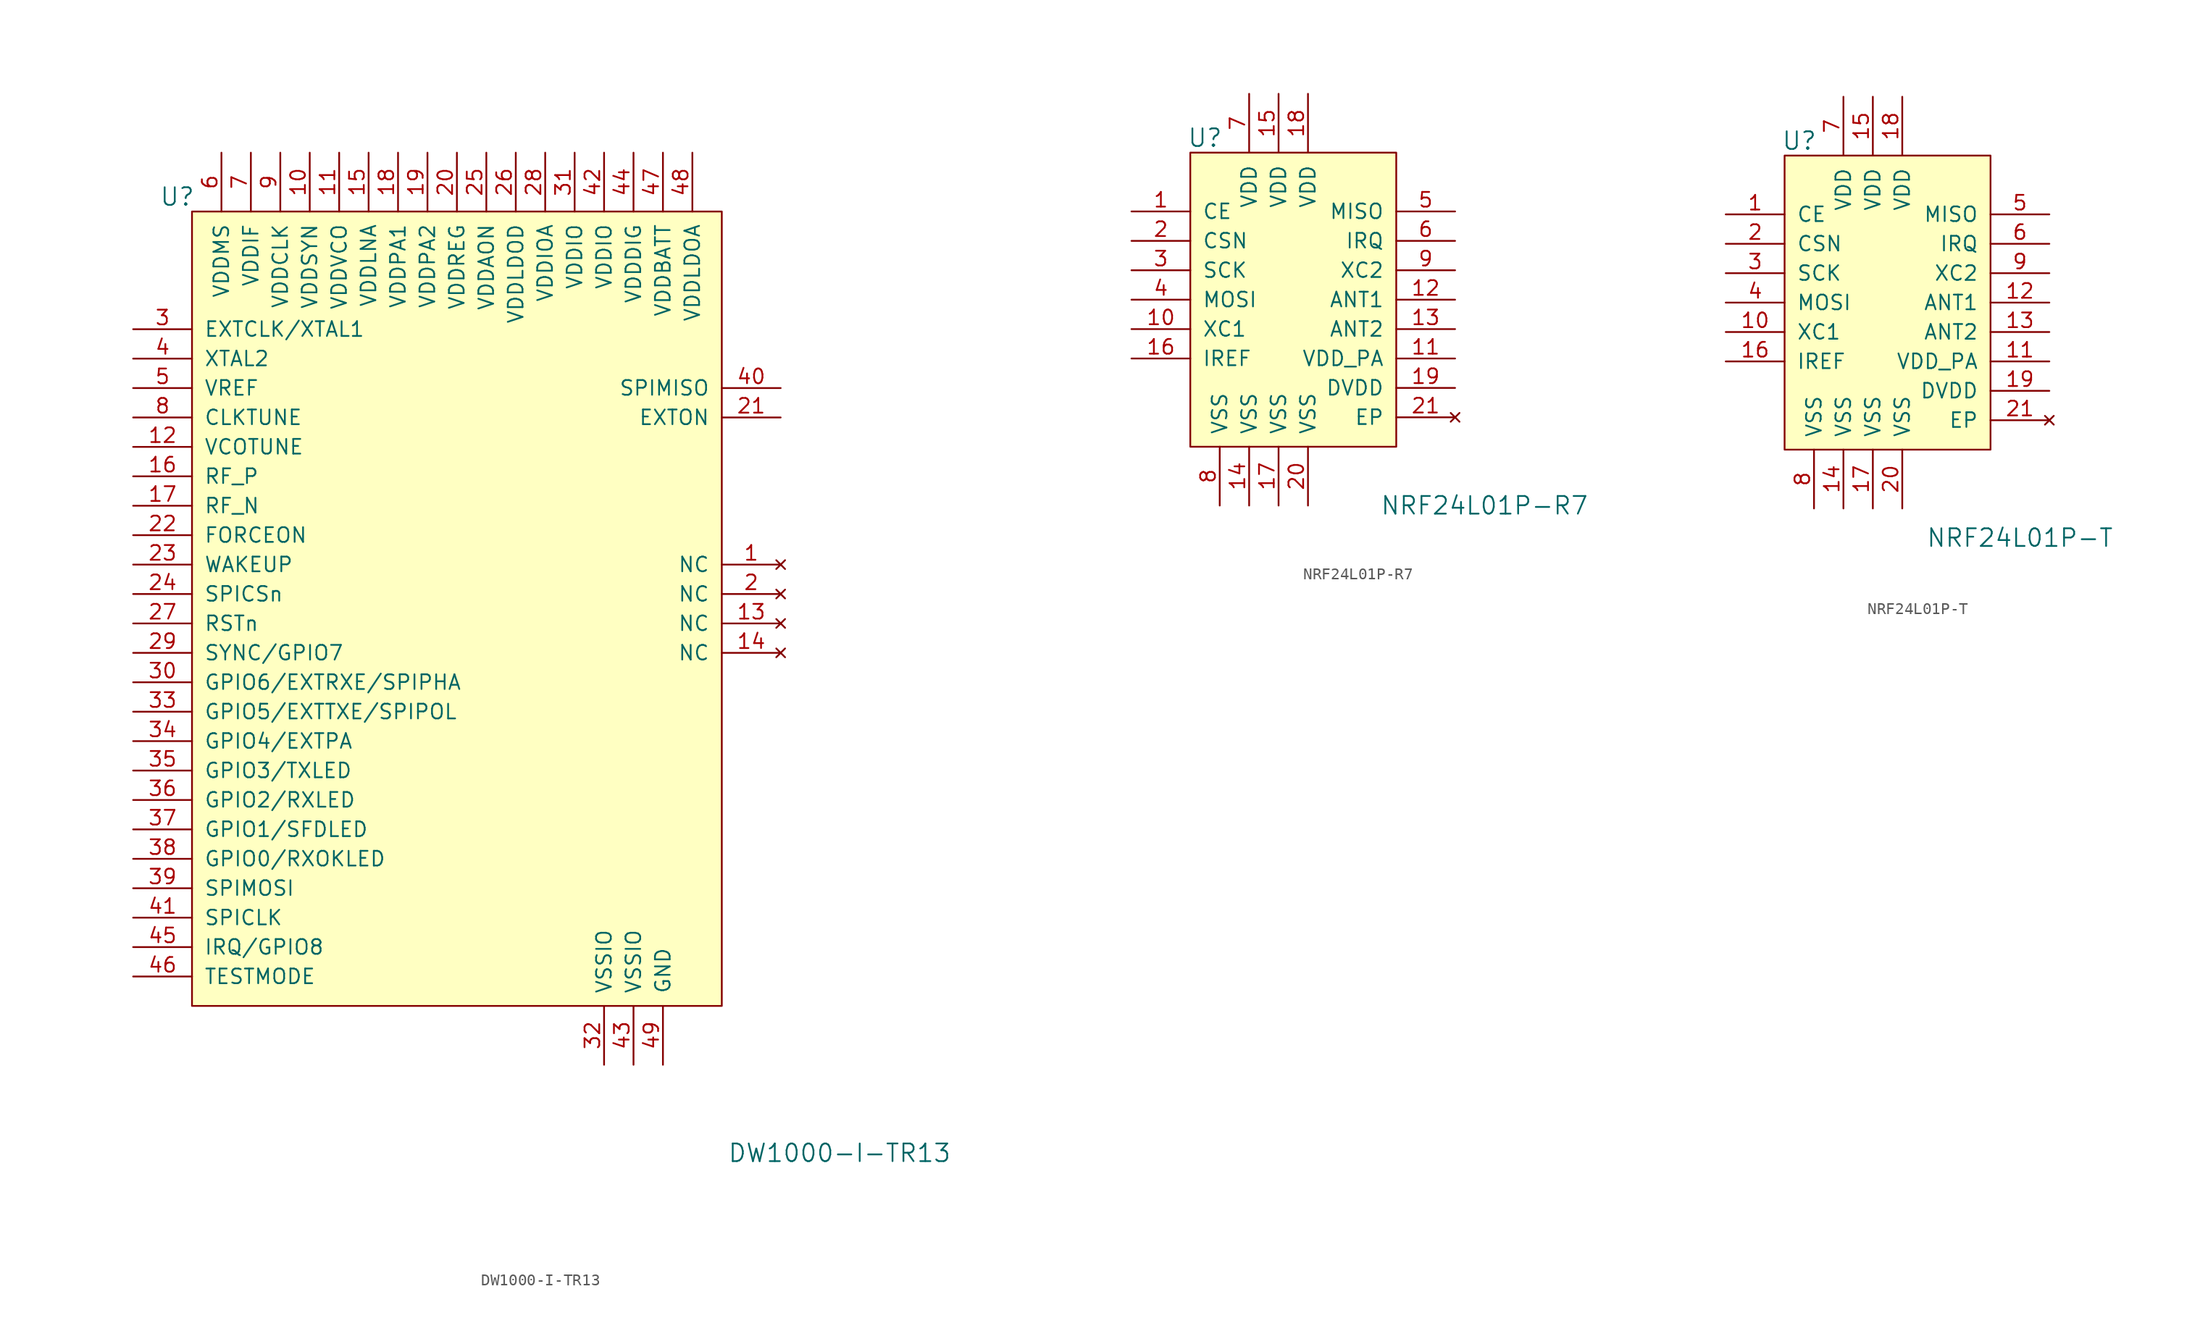
<source format=kicad_sym>
(kicad_symbol_lib
  (version 20201005)
  (generator kicad_symbol_editor)
  (symbol "DW1000-I-TR13"
    (pin_names
      (offset 1.016))
    (property "Reference" "U"
      (at -24.13 36.83 0)
      (effects (font (size 1.524 1.524))))
    (property "Value" "DW1000-I-TR13"
      (at 33.02 -45.72 0)
      (effects (font (size 1.524 1.524))))
    (symbol "DW1000-I-TR13_0_1"
      (rectangle (start -22.86 35.56) (end 22.86 -33.02) (stroke (width 0)) (fill (type background))))
    (symbol "DW1000-I-TR13_1_1"
      (pin no_connect line (at 27.94 5.08 180) (length 5.08) (name "NC" (effects (font (size 1.27 1.27)))) (number "1" (effects (font (size 1.27 1.27)))))
      (pin no_connect line (at 27.94 2.54 180) (length 5.08) (name "NC" (effects (font (size 1.27 1.27)))) (number "2" (effects (font (size 1.27 1.27)))))
      (pin input line (at -27.94 25.4 0) (length 5.08) (name "EXTCLK/XTAL1" (effects (font (size 1.27 1.27)))) (number "3" (effects (font (size 1.27 1.27)))))
      (pin input line (at -27.94 22.86 0) (length 5.08) (name "XTAL2" (effects (font (size 1.27 1.27)))) (number "4" (effects (font (size 1.27 1.27)))))
      (pin bidirectional line (at -27.94 20.32 0) (length 5.08) (name "VREF" (effects (font (size 1.27 1.27)))) (number "5" (effects (font (size 1.27 1.27)))))
      (pin power_in line (at -20.32 40.64 270) (length 5.08) (name "VDDMS" (effects (font (size 1.27 1.27)))) (number "6" (effects (font (size 1.27 1.27)))))
      (pin power_in line (at -17.78 40.64 270) (length 5.08) (name "VDDIF" (effects (font (size 1.27 1.27)))) (number "7" (effects (font (size 1.27 1.27)))))
      (pin bidirectional line (at -27.94 17.78 0) (length 5.08) (name "CLKTUNE" (effects (font (size 1.27 1.27)))) (number "8" (effects (font (size 1.27 1.27)))))
      (pin power_in line (at -15.24 40.64 270) (length 5.08) (name "VDDCLK" (effects (font (size 1.27 1.27)))) (number "9" (effects (font (size 1.27 1.27)))))
      (pin power_in line (at -12.7 40.64 270) (length 5.08) (name "VDDSYN" (effects (font (size 1.27 1.27)))) (number "10" (effects (font (size 1.27 1.27)))))
      (pin power_in line (at 0 40.64 270) (length 5.08) (name "VDDREG" (effects (font (size 1.27 1.27)))) (number "20" (effects (font (size 1.27 1.27)))))
      (pin bidirectional line (at -27.94 -5.08 0) (length 5.08) (name "GPIO6/EXTRXE/SPIPHA" (effects (font (size 1.27 1.27)))) (number "30" (effects (font (size 1.27 1.27)))))
      (pin output line (at 27.94 20.32 180) (length 5.08) (name "SPIMISO" (effects (font (size 1.27 1.27)))) (number "40" (effects (font (size 1.27 1.27)))))
      (pin power_in line (at -10.16 40.64 270) (length 5.08) (name "VDDVCO" (effects (font (size 1.27 1.27)))) (number "11" (effects (font (size 1.27 1.27)))))
      (pin output line (at 27.94 17.78 180) (length 5.08) (name "EXTON" (effects (font (size 1.27 1.27)))) (number "21" (effects (font (size 1.27 1.27)))))
      (pin power_in line (at 10.16 40.64 270) (length 5.08) (name "VDDIO" (effects (font (size 1.27 1.27)))) (number "31" (effects (font (size 1.27 1.27)))))
      (pin input line (at -27.94 -25.4 0) (length 5.08) (name "SPICLK" (effects (font (size 1.27 1.27)))) (number "41" (effects (font (size 1.27 1.27)))))
      (pin bidirectional line (at -27.94 15.24 0) (length 5.08) (name "VCOTUNE" (effects (font (size 1.27 1.27)))) (number "12" (effects (font (size 1.27 1.27)))))
      (pin input line (at -27.94 7.62 0) (length 5.08) (name "FORCEON" (effects (font (size 1.27 1.27)))) (number "22" (effects (font (size 1.27 1.27)))))
      (pin power_in line (at 12.7 -38.1 90) (length 5.08) (name "VSSIO" (effects (font (size 1.27 1.27)))) (number "32" (effects (font (size 1.27 1.27)))))
      (pin power_in line (at 12.7 40.64 270) (length 5.08) (name "VDDIO" (effects (font (size 1.27 1.27)))) (number "42" (effects (font (size 1.27 1.27)))))
      (pin no_connect line (at 27.94 0 180) (length 5.08) (name "NC" (effects (font (size 1.27 1.27)))) (number "13" (effects (font (size 1.27 1.27)))))
      (pin input line (at -27.94 5.08 0) (length 5.08) (name "WAKEUP" (effects (font (size 1.27 1.27)))) (number "23" (effects (font (size 1.27 1.27)))))
      (pin bidirectional line (at -27.94 -7.62 0) (length 5.08) (name "GPIO5/EXTTXE/SPIPOL" (effects (font (size 1.27 1.27)))) (number "33" (effects (font (size 1.27 1.27)))))
      (pin power_in line (at 15.24 -38.1 90) (length 5.08) (name "VSSIO" (effects (font (size 1.27 1.27)))) (number "43" (effects (font (size 1.27 1.27)))))
      (pin no_connect line (at 27.94 -2.54 180) (length 5.08) (name "NC" (effects (font (size 1.27 1.27)))) (number "14" (effects (font (size 1.27 1.27)))))
      (pin input line (at -27.94 2.54 0) (length 5.08) (name "SPICSn" (effects (font (size 1.27 1.27)))) (number "24" (effects (font (size 1.27 1.27)))))
      (pin bidirectional line (at -27.94 -10.16 0) (length 5.08) (name "GPIO4/EXTPA" (effects (font (size 1.27 1.27)))) (number "34" (effects (font (size 1.27 1.27)))))
      (pin power_in line (at 15.24 40.64 270) (length 5.08) (name "VDDDIG" (effects (font (size 1.27 1.27)))) (number "44" (effects (font (size 1.27 1.27)))))
      (pin power_in line (at -7.62 40.64 270) (length 5.08) (name "VDDLNA" (effects (font (size 1.27 1.27)))) (number "15" (effects (font (size 1.27 1.27)))))
      (pin power_in line (at 2.54 40.64 270) (length 5.08) (name "VDDAON" (effects (font (size 1.27 1.27)))) (number "25" (effects (font (size 1.27 1.27)))))
      (pin bidirectional line (at -27.94 -12.7 0) (length 5.08) (name "GPIO3/TXLED" (effects (font (size 1.27 1.27)))) (number "35" (effects (font (size 1.27 1.27)))))
      (pin bidirectional line (at -27.94 -27.94 0) (length 5.08) (name "IRQ/GPIO8" (effects (font (size 1.27 1.27)))) (number "45" (effects (font (size 1.27 1.27)))))
      (pin bidirectional line (at -27.94 12.7 0) (length 5.08) (name "RF_P" (effects (font (size 1.27 1.27)))) (number "16" (effects (font (size 1.27 1.27)))))
      (pin power_in line (at 5.08 40.64 270) (length 5.08) (name "VDDLDOD" (effects (font (size 1.27 1.27)))) (number "26" (effects (font (size 1.27 1.27)))))
      (pin bidirectional line (at -27.94 -15.24 0) (length 5.08) (name "GPIO2/RXLED" (effects (font (size 1.27 1.27)))) (number "36" (effects (font (size 1.27 1.27)))))
      (pin input line (at -27.94 -30.48 0) (length 5.08) (name "TESTMODE" (effects (font (size 1.27 1.27)))) (number "46" (effects (font (size 1.27 1.27)))))
      (pin bidirectional line (at -27.94 10.16 0) (length 5.08) (name "RF_N" (effects (font (size 1.27 1.27)))) (number "17" (effects (font (size 1.27 1.27)))))
      (pin bidirectional line (at -27.94 0 0) (length 5.08) (name "RSTn" (effects (font (size 1.27 1.27)))) (number "27" (effects (font (size 1.27 1.27)))))
      (pin bidirectional line (at -27.94 -17.78 0) (length 5.08) (name "GPIO1/SFDLED" (effects (font (size 1.27 1.27)))) (number "37" (effects (font (size 1.27 1.27)))))
      (pin power_in line (at 17.78 40.64 270) (length 5.08) (name "VDDBATT" (effects (font (size 1.27 1.27)))) (number "47" (effects (font (size 1.27 1.27)))))
      (pin power_in line (at -5.08 40.64 270) (length 5.08) (name "VDDPA1" (effects (font (size 1.27 1.27)))) (number "18" (effects (font (size 1.27 1.27)))))
      (pin power_in line (at 7.62 40.64 270) (length 5.08) (name "VDDIOA" (effects (font (size 1.27 1.27)))) (number "28" (effects (font (size 1.27 1.27)))))
      (pin bidirectional line (at -27.94 -20.32 0) (length 5.08) (name "GPIO0/RXOKLED" (effects (font (size 1.27 1.27)))) (number "38" (effects (font (size 1.27 1.27)))))
      (pin power_in line (at 20.32 40.64 270) (length 5.08) (name "VDDLDOA" (effects (font (size 1.27 1.27)))) (number "48" (effects (font (size 1.27 1.27)))))
      (pin power_in line (at -2.54 40.64 270) (length 5.08) (name "VDDPA2" (effects (font (size 1.27 1.27)))) (number "19" (effects (font (size 1.27 1.27)))))
      (pin bidirectional line (at -27.94 -2.54 0) (length 5.08) (name "SYNC/GPIO7" (effects (font (size 1.27 1.27)))) (number "29" (effects (font (size 1.27 1.27)))))
      (pin input line (at -27.94 -22.86 0) (length 5.08) (name "SPIMOSI" (effects (font (size 1.27 1.27)))) (number "39" (effects (font (size 1.27 1.27)))))
      (pin power_in line (at 17.78 -38.1 90) (length 5.08) (name "GND" (effects (font (size 1.27 1.27)))) (number "49" (effects (font (size 1.27 1.27)))))))
  (symbol "NRF24L01P-R7"
    (pin_names
      (offset 1.016))
    (property "Reference" "U"
      (at -8.89 11.43 0)
      (effects (font (size 1.524 1.524))))
    (property "Value" "NRF24L01P-R7"
      (at 15.24 -20.32 0)
      (effects (font (size 1.524 1.524))))
    (symbol "NRF24L01P-R7_0_1"
      (rectangle (start -10.16 10.16) (end 7.62 -15.24) (stroke (width 0)) (fill (type background))))
    (symbol "NRF24L01P-R7_1_1"
      (pin input line (at -15.24 5.08 0) (length 5.08) (name "CE" (effects (font (size 1.27 1.27)))) (number "1" (effects (font (size 1.27 1.27)))))
      (pin input line (at -15.24 2.54 0) (length 5.08) (name "CSN" (effects (font (size 1.27 1.27)))) (number "2" (effects (font (size 1.27 1.27)))))
      (pin input line (at -15.24 0 0) (length 5.08) (name "SCK" (effects (font (size 1.27 1.27)))) (number "3" (effects (font (size 1.27 1.27)))))
      (pin input line (at -15.24 -2.54 0) (length 5.08) (name "MOSI" (effects (font (size 1.27 1.27)))) (number "4" (effects (font (size 1.27 1.27)))))
      (pin output line (at 12.7 5.08 180) (length 5.08) (name "MISO" (effects (font (size 1.27 1.27)))) (number "5" (effects (font (size 1.27 1.27)))))
      (pin output line (at 12.7 2.54 180) (length 5.08) (name "IRQ" (effects (font (size 1.27 1.27)))) (number "6" (effects (font (size 1.27 1.27)))))
      (pin power_in line (at -5.08 15.24 270) (length 5.08) (name "VDD" (effects (font (size 1.27 1.27)))) (number "7" (effects (font (size 1.27 1.27)))))
      (pin power_in line (at -7.62 -20.32 90) (length 5.08) (name "VSS" (effects (font (size 1.27 1.27)))) (number "8" (effects (font (size 1.27 1.27)))))
      (pin output line (at 12.7 0 180) (length 5.08) (name "XC2" (effects (font (size 1.27 1.27)))) (number "9" (effects (font (size 1.27 1.27)))))
      (pin input line (at -15.24 -5.08 0) (length 5.08) (name "XC1" (effects (font (size 1.27 1.27)))) (number "10" (effects (font (size 1.27 1.27)))))
      (pin power_in line (at 0 -20.32 90) (length 5.08) (name "VSS" (effects (font (size 1.27 1.27)))) (number "20" (effects (font (size 1.27 1.27)))))
      (pin power_out line (at 12.7 -7.62 180) (length 5.08) (name "VDD_PA" (effects (font (size 1.27 1.27)))) (number "11" (effects (font (size 1.27 1.27)))))
      (pin no_connect line (at 12.7 -12.7 180) (length 5.08) (name "EP" (effects (font (size 1.27 1.27)))) (number "21" (effects (font (size 1.27 1.27)))))
      (pin output line (at 12.7 -2.54 180) (length 5.08) (name "ANT1" (effects (font (size 1.27 1.27)))) (number "12" (effects (font (size 1.27 1.27)))))
      (pin output line (at 12.7 -5.08 180) (length 5.08) (name "ANT2" (effects (font (size 1.27 1.27)))) (number "13" (effects (font (size 1.27 1.27)))))
      (pin power_in line (at -5.08 -20.32 90) (length 5.08) (name "VSS" (effects (font (size 1.27 1.27)))) (number "14" (effects (font (size 1.27 1.27)))))
      (pin power_in line (at -2.54 15.24 270) (length 5.08) (name "VDD" (effects (font (size 1.27 1.27)))) (number "15" (effects (font (size 1.27 1.27)))))
      (pin input line (at -15.24 -7.62 0) (length 5.08) (name "IREF" (effects (font (size 1.27 1.27)))) (number "16" (effects (font (size 1.27 1.27)))))
      (pin power_in line (at -2.54 -20.32 90) (length 5.08) (name "VSS" (effects (font (size 1.27 1.27)))) (number "17" (effects (font (size 1.27 1.27)))))
      (pin power_in line (at 0 15.24 270) (length 5.08) (name "VDD" (effects (font (size 1.27 1.27)))) (number "18" (effects (font (size 1.27 1.27)))))
      (pin power_out line (at 12.7 -10.16 180) (length 5.08) (name "DVDD" (effects (font (size 1.27 1.27)))) (number "19" (effects (font (size 1.27 1.27)))))))
  (symbol "NRF24L01P-T"
    (pin_names
      (offset 1.016))
    (property "Reference" "U"
      (at -3.81 11.43 0)
      (effects (font (size 1.524 1.524))))
    (property "Value" "NRF24L01P-T"
      (at 15.24 -22.86 0)
      (effects (font (size 1.524 1.524))))
    (symbol "NRF24L01P-T_0_1"
      (rectangle (start -5.08 10.16) (end 12.7 -15.24) (stroke (width 0)) (fill (type background))))
    (symbol "NRF24L01P-T_1_1"
      (pin input line (at -10.16 5.08 0) (length 5.08) (name "CE" (effects (font (size 1.27 1.27)))) (number "1" (effects (font (size 1.27 1.27)))))
      (pin input line (at -10.16 2.54 0) (length 5.08) (name "CSN" (effects (font (size 1.27 1.27)))) (number "2" (effects (font (size 1.27 1.27)))))
      (pin input line (at -10.16 0 0) (length 5.08) (name "SCK" (effects (font (size 1.27 1.27)))) (number "3" (effects (font (size 1.27 1.27)))))
      (pin input line (at -10.16 -2.54 0) (length 5.08) (name "MOSI" (effects (font (size 1.27 1.27)))) (number "4" (effects (font (size 1.27 1.27)))))
      (pin output line (at 17.78 5.08 180) (length 5.08) (name "MISO" (effects (font (size 1.27 1.27)))) (number "5" (effects (font (size 1.27 1.27)))))
      (pin output line (at 17.78 2.54 180) (length 5.08) (name "IRQ" (effects (font (size 1.27 1.27)))) (number "6" (effects (font (size 1.27 1.27)))))
      (pin power_in line (at 0 15.24 270) (length 5.08) (name "VDD" (effects (font (size 1.27 1.27)))) (number "7" (effects (font (size 1.27 1.27)))))
      (pin power_in line (at -2.54 -20.32 90) (length 5.08) (name "VSS" (effects (font (size 1.27 1.27)))) (number "8" (effects (font (size 1.27 1.27)))))
      (pin output line (at 17.78 0 180) (length 5.08) (name "XC2" (effects (font (size 1.27 1.27)))) (number "9" (effects (font (size 1.27 1.27)))))
      (pin input line (at -10.16 -5.08 0) (length 5.08) (name "XC1" (effects (font (size 1.27 1.27)))) (number "10" (effects (font (size 1.27 1.27)))))
      (pin power_in line (at 5.08 -20.32 90) (length 5.08) (name "VSS" (effects (font (size 1.27 1.27)))) (number "20" (effects (font (size 1.27 1.27)))))
      (pin power_out line (at 17.78 -7.62 180) (length 5.08) (name "VDD_PA" (effects (font (size 1.27 1.27)))) (number "11" (effects (font (size 1.27 1.27)))))
      (pin no_connect line (at 17.78 -12.7 180) (length 5.08) (name "EP" (effects (font (size 1.27 1.27)))) (number "21" (effects (font (size 1.27 1.27)))))
      (pin output line (at 17.78 -2.54 180) (length 5.08) (name "ANT1" (effects (font (size 1.27 1.27)))) (number "12" (effects (font (size 1.27 1.27)))))
      (pin output line (at 17.78 -5.08 180) (length 5.08) (name "ANT2" (effects (font (size 1.27 1.27)))) (number "13" (effects (font (size 1.27 1.27)))))
      (pin power_in line (at 0 -20.32 90) (length 5.08) (name "VSS" (effects (font (size 1.27 1.27)))) (number "14" (effects (font (size 1.27 1.27)))))
      (pin power_in line (at 2.54 15.24 270) (length 5.08) (name "VDD" (effects (font (size 1.27 1.27)))) (number "15" (effects (font (size 1.27 1.27)))))
      (pin input line (at -10.16 -7.62 0) (length 5.08) (name "IREF" (effects (font (size 1.27 1.27)))) (number "16" (effects (font (size 1.27 1.27)))))
      (pin power_in line (at 2.54 -20.32 90) (length 5.08) (name "VSS" (effects (font (size 1.27 1.27)))) (number "17" (effects (font (size 1.27 1.27)))))
      (pin power_in line (at 5.08 15.24 270) (length 5.08) (name "VDD" (effects (font (size 1.27 1.27)))) (number "18" (effects (font (size 1.27 1.27)))))
      (pin power_out line (at 17.78 -10.16 180) (length 5.08) (name "DVDD" (effects (font (size 1.27 1.27)))) (number "19" (effects (font (size 1.27 1.27))))))))
</source>
